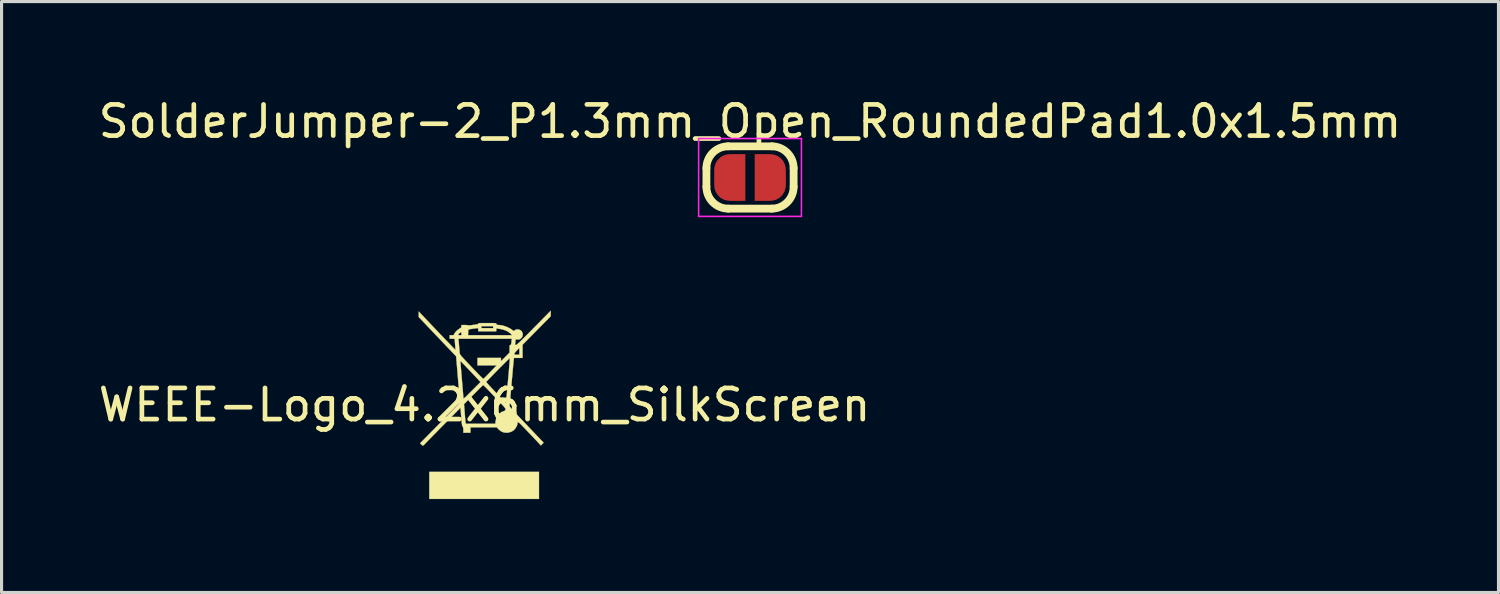
<source format=kicad_pcb>
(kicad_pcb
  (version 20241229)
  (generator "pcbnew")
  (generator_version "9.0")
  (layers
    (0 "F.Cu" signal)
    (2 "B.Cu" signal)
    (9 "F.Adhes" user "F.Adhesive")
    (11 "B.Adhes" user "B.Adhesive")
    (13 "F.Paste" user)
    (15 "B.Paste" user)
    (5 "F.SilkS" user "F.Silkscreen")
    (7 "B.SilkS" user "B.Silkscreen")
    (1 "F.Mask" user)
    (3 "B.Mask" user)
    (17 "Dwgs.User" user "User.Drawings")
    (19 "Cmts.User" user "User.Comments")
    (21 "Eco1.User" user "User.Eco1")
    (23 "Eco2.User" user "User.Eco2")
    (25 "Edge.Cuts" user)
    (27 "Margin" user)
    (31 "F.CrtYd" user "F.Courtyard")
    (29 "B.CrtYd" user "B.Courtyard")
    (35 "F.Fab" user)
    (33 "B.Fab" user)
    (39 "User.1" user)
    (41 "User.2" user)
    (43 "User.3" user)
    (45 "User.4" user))
  (footprint "WEEE-Logo_4.2x6mm_SilkScreen"
    (layer "F.Cu")
    (at 12.506 9.95)
    (property "Reference" "WEEE-Logo_4.2x6mm_SilkScreen" (at 0 0 0) (layer "F.SilkS") (effects (font (size 1 1) (thickness 0.15))))
    (attr exclude_from_pos_files exclude_from_bom)
    (fp_poly (pts (xy 1.748 3.018) (xy -1.773 3.018) (xy -1.773 2.15) (xy 1.748 2.15) (xy 1.748 3.018)) (stroke (width 0.01) (type solid)) (fill yes) (layer "F.SilkS"))
    (fp_poly (pts (xy 2.124 -2.935) (xy 2.124 -2.848) (xy 1.672 -2.389) (xy 1.22 -1.93) (xy 1.22 -1.72) (xy 1.22 -1.509) (xy 0.945 -1.509) (xy 0.938 -1.455) (xy 0.935 -1.431) (xy 0.93 -1.385) (xy 0.924 -1.321) (xy 0.917 -1.24) (xy 0.908 -1.146) (xy 0.899 -1.041) (xy 0.889 -0.929) (xy 0.878 -0.811) (xy 0.867 -0.692) (xy 0.857 -0.572) (xy 0.847 -0.456) (xy 0.837 -0.345) (xy 0.828 -0.243) (xy 0.821 -0.153) (xy 0.814 -0.076) (xy 0.809 -0.017) (xy 0.806 0.024) (xy 0.805 0.042) (xy 0.805 0.042) (xy 0.813 0.056) (xy 0.836 0.086) (xy 0.875 0.131) (xy 0.93 0.193) (xy 1.001 0.27) (xy 1.089 0.365) (xy 1.194 0.476) (xy 1.317 0.605) (xy 1.351 0.641) (xy 1.897 1.213) (xy 1.809 1.301) (xy 1.737 1.224) (xy 1.711 1.196) (xy 1.671 1.152) (xy 1.618 1.096) (xy 1.556 1.031) (xy 1.487 0.958) (xy 1.414 0.882) (xy 1.371 0.837) (xy 1.289 0.751) (xy 1.224 0.683) (xy 1.172 0.63) (xy 1.132 0.592) (xy 1.103 0.567) (xy 1.083 0.554) (xy 1.07 0.552) (xy 1.062 0.56) (xy 1.059 0.575) (xy 1.057 0.598) (xy 1.057 0.604) (xy 1.048 0.647) (xy 1.024 0.699) (xy 0.992 0.751) (xy 0.955 0.796) (xy 0.94 0.81) (xy 0.865 0.859) (xy 0.776 0.886) (xy 0.698 0.893) (xy 0.609 0.881) (xy 0.528 0.845) (xy 0.455 0.787) (xy 0.442 0.772) (xy 0.393 0.717) (xy -0.453 0.717) (xy -0.453 0.893) (xy -0.679 0.893) (xy -0.679 0.811) (xy -0.682 0.754) (xy -0.691 0.715) (xy -0.703 0.694) (xy -0.711 0.679) (xy -0.718 0.657) (xy -0.725 0.625) (xy -0.731 0.58) (xy -0.737 0.518) (xy -0.744 0.436) (xy -0.749 0.375) (xy -0.771 0.089) (xy -1.314 0.639) (xy -1.412 0.738) (xy -1.506 0.834) (xy -1.594 0.924) (xy -1.675 1.006) (xy -1.747 1.08) (xy -1.809 1.143) (xy -1.857 1.193) (xy -1.892 1.228) (xy -1.91 1.248) (xy -1.941 1.279) (xy -1.966 1.301) (xy -1.98 1.308) (xy -1.997 1.299) (xy -2.022 1.278) (xy -2.031 1.27) (xy -2.068 1.232) (xy -1.867 1.028) (xy -1.816 0.976) (xy -1.75 0.909) (xy -1.672 0.83) (xy -1.585 0.742) (xy -1.492 0.648) (xy -1.395 0.551) (xy -1.298 0.453) (xy -1.229 0.383) (xy -1.124 0.277) (xy -1.035 0.186) (xy -0.962 0.111) (xy -0.904 0.05) (xy -0.859 0.001) (xy -0.837 -0.024) (xy -0.659 -0.024) (xy -0.636 0.262) (xy -0.63 0.345) (xy -0.623 0.422) (xy -0.617 0.487) (xy -0.612 0.537) (xy -0.609 0.568) (xy -0.607 0.575) (xy -0.601 0.604) (xy 0.349 0.604) (xy 0.355 0.525) (xy 0.374 0.431) (xy 0.414 0.349) (xy 0.473 0.28) (xy 0.547 0.228) (xy 0.63 0.197) (xy 0.657 0.182) (xy 0.671 0.151) (xy 0.671 0.149) (xy 0.673 0.136) (xy 0.671 0.123) (xy 0.663 0.106) (xy 0.648 0.084) (xy 0.623 0.055) (xy 0.587 0.015) (xy 0.538 -0.038) (xy 0.473 -0.107) (xy 0.468 -0.111) (xy 0.399 -0.184) (xy 0.324 -0.263) (xy 0.251 -0.34) (xy 0.183 -0.412) (xy 0.126 -0.472) (xy 0.113 -0.485) (xy 0.065 -0.536) (xy 0.021 -0.58) (xy -0.013 -0.613) (xy -0.036 -0.633) (xy -0.044 -0.637) (xy -0.056 -0.628) (xy -0.083 -0.603) (xy -0.123 -0.564) (xy -0.175 -0.513) (xy -0.235 -0.453) (xy -0.303 -0.385) (xy -0.358 -0.329) (xy -0.659 -0.024) (xy -0.837 -0.024) (xy -0.827 -0.036) (xy -0.805 -0.062) (xy -0.794 -0.08) (xy -0.792 -0.088) (xy -0.793 -0.106) (xy -0.796 -0.147) (xy -0.8 -0.208) (xy -0.806 -0.287) (xy -0.814 -0.382) (xy -0.823 -0.49) (xy -0.832 -0.609) (xy -0.843 -0.737) (xy -0.851 -0.839) (xy -0.899 -1.415) (xy -0.776 -1.415) (xy -0.775 -1.403) (xy -0.773 -1.368) (xy -0.768 -1.313) (xy -0.763 -1.24) (xy -0.755 -1.152) (xy -0.747 -1.052) (xy -0.738 -0.941) (xy -0.729 -0.836) (xy -0.719 -0.717) (xy -0.709 -0.604) (xy -0.701 -0.501) (xy -0.693 -0.41) (xy -0.687 -0.333) (xy -0.683 -0.274) (xy -0.68 -0.235) (xy -0.679 -0.22) (xy -0.678 -0.211) (xy -0.673 -0.207) (xy -0.663 -0.211) (xy -0.646 -0.223) (xy -0.62 -0.245) (xy -0.583 -0.28) (xy -0.534 -0.328) (xy -0.471 -0.391) (xy -0.403 -0.458) (xy -0.128 -0.734) (xy -0.13 -0.736) (xy 0.053 -0.736) (xy 0.061 -0.724) (xy 0.084 -0.697) (xy 0.12 -0.658) (xy 0.166 -0.607) (xy 0.22 -0.549) (xy 0.28 -0.485) (xy 0.343 -0.419) (xy 0.407 -0.351) (xy 0.47 -0.285) (xy 0.529 -0.224) (xy 0.582 -0.169) (xy 0.626 -0.124) (xy 0.66 -0.09) (xy 0.681 -0.07) (xy 0.686 -0.066) (xy 0.688 -0.079) (xy 0.692 -0.115) (xy 0.698 -0.171) (xy 0.705 -0.246) (xy 0.714 -0.337) (xy 0.724 -0.441) (xy 0.734 -0.557) (xy 0.746 -0.683) (xy 0.755 -0.784) (xy 0.767 -0.916) (xy 0.778 -1.039) (xy 0.787 -1.153) (xy 0.796 -1.255) (xy 0.803 -1.343) (xy 0.808 -1.413) (xy 0.812 -1.465) (xy 0.814 -1.496) (xy 0.814 -1.504) (xy 0.804 -1.497) (xy 0.778 -1.474) (xy 0.74 -1.438) (xy 0.691 -1.39) (xy 0.633 -1.332) (xy 0.569 -1.268) (xy 0.5 -1.2) (xy 0.429 -1.128) (xy 0.359 -1.057) (xy 0.29 -0.987) (xy 0.227 -0.922) (xy 0.17 -0.863) (xy 0.122 -0.812) (xy 0.085 -0.773) (xy 0.061 -0.747) (xy 0.053 -0.736) (xy -0.13 -0.736) (xy -0.23 -0.844) (xy -0.283 -0.9) (xy -0.342 -0.962) (xy -0.404 -1.029) (xy -0.469 -1.097) (xy -0.533 -1.164) (xy -0.594 -1.228) (xy -0.65 -1.287) (xy -0.699 -1.337) (xy -0.737 -1.377) (xy -0.764 -1.404) (xy -0.775 -1.415) (xy -0.776 -1.415) (xy -0.899 -1.415) (xy -0.911 -1.559) (xy -1.512 -2.191) (xy -2.112 -2.822) (xy -2.112 -2.911) (xy -2.112 -2.999) (xy -2.015 -2.895) (xy -1.96 -2.838) (xy -1.896 -2.77) (xy -1.824 -2.693) (xy -1.745 -2.611) (xy -1.662 -2.523) (xy -1.576 -2.433) (xy -1.489 -2.342) (xy -1.403 -2.251) (xy -1.318 -2.163) (xy -1.238 -2.079) (xy -1.163 -2.002) (xy -1.096 -1.932) (xy -1.039 -1.872) (xy -0.992 -1.824) (xy -0.957 -1.789) (xy -0.938 -1.77) (xy -0.933 -1.766) (xy -0.933 -1.779) (xy -0.935 -1.813) (xy -0.938 -1.862) (xy -0.943 -1.923) (xy -0.945 -1.947) (xy -0.96 -2.125) (xy -0.843 -2.125) (xy -0.837 -2.097) (xy -0.834 -2.074) (xy -0.83 -2.032) (xy -0.824 -1.976) (xy -0.819 -1.91) (xy -0.817 -1.886) (xy -0.812 -1.817) (xy -0.806 -1.752) (xy -0.801 -1.698) (xy -0.798 -1.662) (xy -0.797 -1.655) (xy -0.793 -1.642) (xy -0.786 -1.626) (xy -0.773 -1.606) (xy -0.754 -1.58) (xy -0.726 -1.547) (xy -0.688 -1.504) (xy -0.638 -1.45) (xy -0.575 -1.383) (xy -0.497 -1.301) (xy -0.418 -1.218) (xy -0.34 -1.136) (xy -0.266 -1.06) (xy -0.2 -0.992) (xy -0.142 -0.933) (xy -0.095 -0.887) (xy -0.061 -0.853) (xy -0.041 -0.835) (xy -0.037 -0.833) (xy -0.026 -0.842) (xy 0.000029 -0.868) (xy 0.038 -0.906) (xy 0.087 -0.955) (xy 0.142 -1.012) (xy 0.182 -1.053) (xy 0.392 -1.27) (xy -0.226 -1.27) (xy -0.226 -1.509) (xy 0.528 -1.509) (xy 0.528 -1.402) (xy 0.666 -1.54) (xy 0.765 -1.638) (xy 0.956 -1.638) (xy 0.957 -1.623) (xy 0.967 -1.614) (xy 0.989 -1.61) (xy 1.03 -1.61) (xy 1.037 -1.61) (xy 1.119 -1.61) (xy 1.119 -1.829) (xy 1.037 -1.748) (xy 0.991 -1.699) (xy 0.964 -1.661) (xy 0.956 -1.638) (xy 0.765 -1.638) (xy 0.805 -1.678) (xy 0.805 -1.801) (xy 0.805 -1.858) (xy 0.807 -1.893) (xy 0.811 -1.913) (xy 0.818 -1.922) (xy 0.829 -1.924) (xy 0.841 -1.927) (xy 0.85 -1.937) (xy 0.857 -1.96) (xy 0.863 -1.998) (xy 0.869 -2.057) (xy 0.871 -2.078) (xy 0.875 -2.125) (xy -0.843 -2.125) (xy -0.96 -2.125) (xy -1.119 -2.125) (xy -1.119 -2.238) (xy -1.051 -2.238) (xy -1.012 -2.239) (xy -0.99 -2.245) (xy -0.987 -2.248) (xy -0.849 -2.248) (xy -0.841 -2.241) (xy -0.816 -2.238) (xy -0.799 -2.238) (xy -0.742 -2.238) (xy -0.529 -2.238) (xy 0.885 -2.238) (xy 0.837 -2.287) (xy 0.763 -2.348) (xy 0.671 -2.394) (xy 0.56 -2.428) (xy 0.45 -2.446) (xy 0.377 -2.455) (xy 0.377 -2.364) (xy -0.201 -2.364) (xy -0.201 -2.467) (xy -0.286 -2.459) (xy -0.345 -2.451) (xy -0.409 -2.442) (xy -0.446 -2.435) (xy -0.522 -2.42) (xy -0.526 -2.329) (xy -0.529 -2.238) (xy -0.742 -2.238) (xy -0.742 -2.289) (xy -0.744 -2.32) (xy -0.748 -2.338) (xy -0.749 -2.339) (xy -0.768 -2.331) (xy -0.795 -2.311) (xy -0.822 -2.287) (xy -0.841 -2.265) (xy -0.843 -2.262) (xy -0.849 -2.248) (xy -0.987 -2.248) (xy -0.98 -2.257) (xy -0.975 -2.27) (xy -0.958 -2.305) (xy -0.925 -2.347) (xy -0.882 -2.391) (xy -0.834 -2.429) (xy -0.803 -2.449) (xy -0.767 -2.471) (xy -0.749 -2.49) (xy -0.742 -2.511) (xy -0.742 -2.524) (xy -0.742 -2.527) (xy -0.101 -2.527) (xy -0.101 -2.465) (xy 0.277 -2.465) (xy 0.277 -2.527) (xy -0.101 -2.527) (xy -0.742 -2.527) (xy -0.742 -2.565) (xy -0.636 -2.565) (xy -0.587 -2.564) (xy -0.549 -2.561) (xy -0.528 -2.556) (xy -0.526 -2.555) (xy -0.513 -2.552) (xy -0.48 -2.553) (xy -0.434 -2.558) (xy -0.402 -2.562) (xy -0.345 -2.571) (xy -0.293 -2.578) (xy -0.254 -2.584) (xy -0.242 -2.586) (xy -0.212 -2.595) (xy -0.201 -2.61) (xy -0.198 -2.616) (xy -0.186 -2.62) (xy -0.163 -2.624) (xy -0.126 -2.626) (xy -0.072 -2.627) (xy 0.001 -2.628) (xy 0.088 -2.628) (xy 0.181 -2.628) (xy 0.251 -2.627) (xy 0.302 -2.626) (xy 0.337 -2.624) (xy 0.359 -2.621) (xy 0.371 -2.617) (xy 0.376 -2.611) (xy 0.377 -2.604) (xy 0.385 -2.582) (xy 0.41 -2.57) (xy 0.456 -2.565) (xy 0.464 -2.565) (xy 0.542 -2.557) (xy 0.63 -2.535) (xy 0.721 -2.502) (xy 0.807 -2.461) (xy 0.879 -2.414) (xy 0.888 -2.407) (xy 0.919 -2.383) (xy 0.937 -2.373) (xy 0.949 -2.377) (xy 0.962 -2.389) (xy 1 -2.414) (xy 1.05 -2.424) (xy 1.104 -2.419) (xy 1.153 -2.4) (xy 1.191 -2.368) (xy 1.194 -2.365) (xy 1.223 -2.305) (xy 1.228 -2.244) (xy 1.211 -2.186) (xy 1.171 -2.135) (xy 1.166 -2.131) (xy 1.138 -2.111) (xy 1.11 -2.102) (xy 1.07 -2.101) (xy 1.06 -2.102) (xy 1.021 -2.103) (xy 1.001 -2.1) (xy 0.994 -2.09) (xy 0.993 -2.081) (xy 0.992 -2.054) (xy 0.988 -2.014) (xy 0.985 -1.99) (xy 0.981 -1.952) (xy 0.983 -1.932) (xy 0.992 -1.925) (xy 1.009 -1.924) (xy 1.019 -1.927) (xy 1.036 -1.938) (xy 1.059 -1.956) (xy 1.091 -1.985) (xy 1.133 -2.024) (xy 1.186 -2.075) (xy 1.251 -2.139) (xy 1.329 -2.217) (xy 1.422 -2.31) (xy 1.531 -2.42) (xy 1.583 -2.473) (xy 2.125 -3.022) (xy 2.124 -2.935)) (stroke (width 0.01) (type solid)) (fill yes) (layer "F.SilkS")))
  (footprint "SolderJumper-2_P1.3mm_Open_RoundedPad1.0x1.5mm"
    (layer "F.Cu")
    (at 21.03 2.648)
    (property "Reference" "SolderJumper-2_P1.3mm_Open_RoundedPad1.0x1.5mm" (at 0 -1.8 0) (layer "F.SilkS") (effects (font (size 1 1) (thickness 0.15))))
    (attr exclude_from_pos_files exclude_from_bom)
    (fp_line (start -1.4 0.3) (end -1.4 -0.3) (stroke (width 0.25) (type solid)) (layer "F.SilkS"))
    (fp_line (start -0.7 -1) (end 0.7 -1) (stroke (width 0.25) (type solid)) (layer "F.SilkS"))
    (fp_line (start 0.7 1) (end -0.7 1) (stroke (width 0.25) (type solid)) (layer "F.SilkS"))
    (fp_line (start 1.4 -0.3) (end 1.4 0.3) (stroke (width 0.25) (type solid)) (layer "F.SilkS"))
    (fp_arc (start -1.4 -0.3) (mid -1.194975 -0.794975) (end -0.7 -1) (stroke (width 0.25) (type solid)) (layer "F.SilkS"))
    (fp_arc (start -0.7 1) (mid -1.194975 0.794975) (end -1.4 0.3) (stroke (width 0.25) (type solid)) (layer "F.SilkS"))
    (fp_arc (start 0.7 -1) (mid 1.194975 -0.794975) (end 1.4 -0.3) (stroke (width 0.25) (type solid)) (layer "F.SilkS"))
    (fp_arc (start 1.4 0.3) (mid 1.194975 0.794975) (end 0.7 1) (stroke (width 0.25) (type solid)) (layer "F.SilkS"))
    (fp_line (start -1.65 -1.25) (end -1.65 1.25) (stroke (width 0.05) (type solid)) (layer "F.CrtYd"))
    (fp_line (start -1.65 -1.25) (end 1.65 -1.25) (stroke (width 0.05) (type solid)) (layer "F.CrtYd"))
    (fp_line (start 1.65 1.25) (end -1.65 1.25) (stroke (width 0.05) (type solid)) (layer "F.CrtYd"))
    (fp_line (start 1.65 1.25) (end 1.65 -1.25) (stroke (width 0.05) (type solid)) (layer "F.CrtYd"))
    (pad "1" smd custom (at -0.65 0) (size 1 0.5) (layers "F.Cu" "F.Mask") (options (anchor rect)) (primitives (gr_circle (center 0 0.25) (end 0.5 0.25) (width 0) (fill yes)) (gr_circle (center 0 -0.25) (end 0.5 -0.25) (width 0) (fill yes)) (gr_poly (pts (xy 0 -0.75) (xy 0.5 -0.75) (xy 0.5 0.75) (xy 0 0.75)) (width 0) (fill yes))))
    (pad "2" smd custom (at 0.65 0) (size 1 0.5) (layers "F.Cu" "F.Mask") (options (anchor rect)) (primitives (gr_circle (center 0 0.25) (end 0.5 0.25) (width 0) (fill yes)) (gr_circle (center 0 -0.25) (end 0.5 -0.25) (width 0) (fill yes)) (gr_poly (pts (xy 0 -0.75) (xy -0.5 -0.75) (xy -0.5 0.75) (xy 0 0.75)) (width 0) (fill yes)))))
  (gr_rect
    (start -3 -3)
    (end 45.06 15.973)
    (stroke (width 0.1) (type default))
    (fill no)
    (layer "Edge.Cuts")))
</source>
